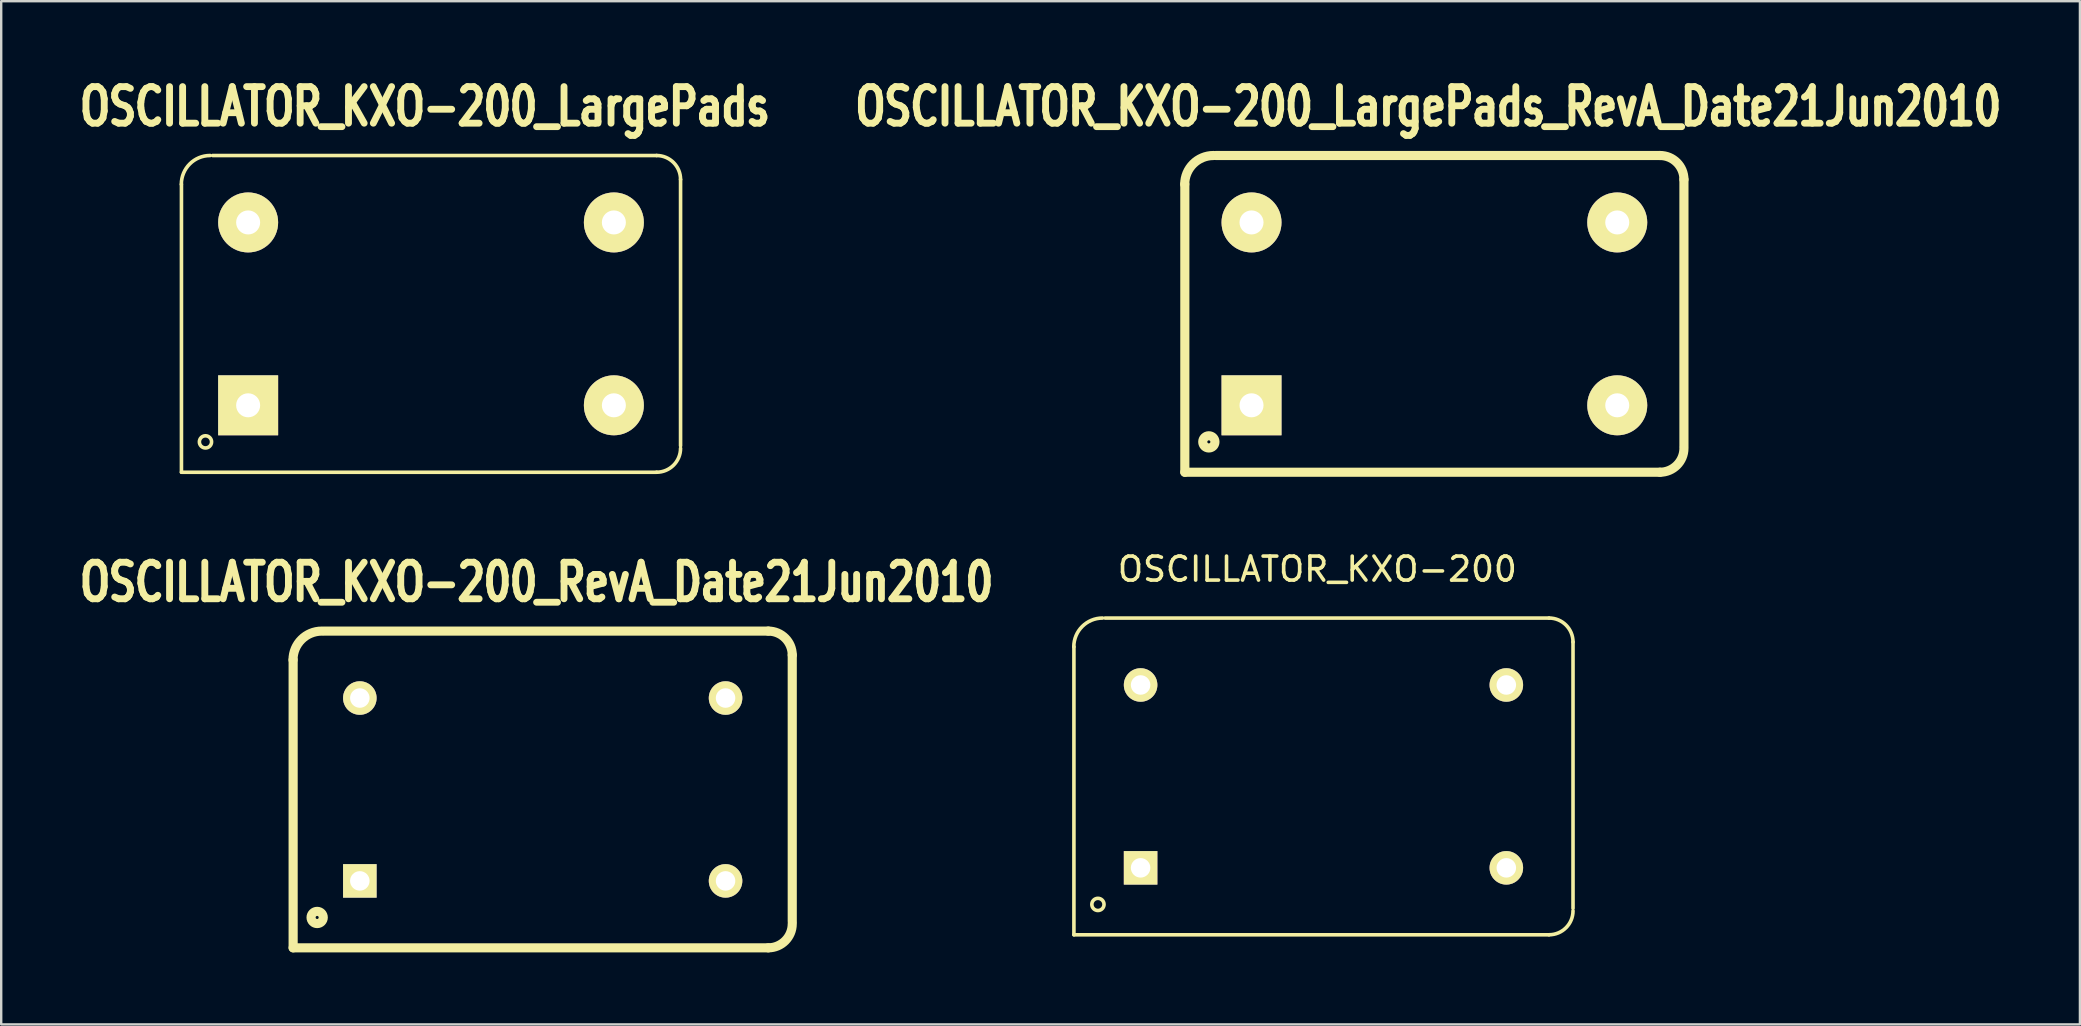
<source format=kicad_pcb>
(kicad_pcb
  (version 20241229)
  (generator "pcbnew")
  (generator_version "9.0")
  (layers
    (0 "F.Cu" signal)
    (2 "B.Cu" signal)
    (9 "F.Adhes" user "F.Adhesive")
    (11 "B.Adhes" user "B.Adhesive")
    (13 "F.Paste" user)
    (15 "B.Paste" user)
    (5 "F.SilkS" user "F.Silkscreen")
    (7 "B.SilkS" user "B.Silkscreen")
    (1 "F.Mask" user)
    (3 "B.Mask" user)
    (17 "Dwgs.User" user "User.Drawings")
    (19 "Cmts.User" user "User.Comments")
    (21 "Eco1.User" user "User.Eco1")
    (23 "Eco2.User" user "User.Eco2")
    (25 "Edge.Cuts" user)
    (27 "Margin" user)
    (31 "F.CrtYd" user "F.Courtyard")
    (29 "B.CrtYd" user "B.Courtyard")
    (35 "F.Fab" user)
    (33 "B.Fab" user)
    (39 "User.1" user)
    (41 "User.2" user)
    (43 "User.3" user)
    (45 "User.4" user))
  (footprint "OSCILLATOR_KXO-200"
    (layer "F.Cu")
    (at 52.099 29.303)
    (property "Reference" "OSCILLATOR_KXO-200" (at -0.254 -8.636 0) (layer "F.SilkS") (effects (font (size 1 1) (thickness 0.15))))
    (attr through_hole)
    (fp_line (start -10.399 -5.4) (end -10.399 6.599) (stroke (width 0.15) (type solid)) (layer "F.SilkS"))
    (fp_line (start -9.101 -6.599) (end 9.401 -6.599) (stroke (width 0.15) (type solid)) (layer "F.SilkS"))
    (fp_line (start 9.401 6.599) (end -10.399 6.599) (stroke (width 0.15) (type solid)) (layer "F.SilkS"))
    (fp_line (start 10.399 -5.601) (end 10.399 5.499) (stroke (width 0.15) (type solid)) (layer "F.SilkS"))
    (fp_arc (start -10.40384 -5.40004) (mid -10.052696 -6.247776) (end -9.20496 -6.59892) (stroke (width 0.15) (type solid)) (layer "F.SilkS"))
    (fp_arc (start 9.40054 -6.59892) (mid 10.106388 -6.306548) (end 10.39876 -5.6007) (stroke (width 0.15) (type solid)) (layer "F.SilkS"))
    (fp_arc (start 10.39876 5.6007) (mid 10.106388 6.306548) (end 9.40054 6.59892) (stroke (width 0.15) (type solid)) (layer "F.SilkS"))
    (fp_circle (center -9.398 5.334) (end -9.398 5.588) (stroke (width 0.15) (type solid)) (fill no) (layer "F.SilkS"))
    (pad "1" thru_hole rect (at -7.62 3.81) (size 1.397 1.397) (drill 0.813) (layers "*.Cu" "*.Mask" "F.SilkS"))
    (pad "7" thru_hole circle (at 7.62 3.81) (size 1.397 1.397) (drill 0.813) (layers "*.Cu" "*.Mask" "F.SilkS"))
    (pad "8" thru_hole circle (at 7.62 -3.81) (size 1.397 1.397) (drill 0.813) (layers "*.Cu" "*.Mask" "F.SilkS"))
    (pad "14" thru_hole circle (at -7.62 -3.81) (size 1.397 1.397) (drill 0.813) (layers "*.Cu" "*.Mask" "F.SilkS")))
  (footprint "OSCILLATOR_KXO-200_LargePads"
    (layer "F.Cu")
    (at 14.91 10.029)
    (property "Reference" "OSCILLATOR_KXO-200_LargePads" (at -0.254 -8.636 0) (layer "F.SilkS") (effects (font (size 1.524 1.143) (thickness 0.287))))
    (attr through_hole)
    (fp_line (start -10.399 -5.4) (end -10.399 6.599) (stroke (width 0.15) (type solid)) (layer "F.SilkS"))
    (fp_line (start -9.101 -6.599) (end 9.401 -6.599) (stroke (width 0.15) (type solid)) (layer "F.SilkS"))
    (fp_line (start 9.401 6.599) (end -10.399 6.599) (stroke (width 0.15) (type solid)) (layer "F.SilkS"))
    (fp_line (start 10.399 -5.601) (end 10.399 5.499) (stroke (width 0.15) (type solid)) (layer "F.SilkS"))
    (fp_arc (start -10.40384 -5.40004) (mid -10.052696 -6.247776) (end -9.20496 -6.59892) (stroke (width 0.15) (type solid)) (layer "F.SilkS"))
    (fp_arc (start 9.40054 -6.59892) (mid 10.106388 -6.306548) (end 10.39876 -5.6007) (stroke (width 0.15) (type solid)) (layer "F.SilkS"))
    (fp_arc (start 10.39876 5.6007) (mid 10.106388 6.306548) (end 9.40054 6.59892) (stroke (width 0.15) (type solid)) (layer "F.SilkS"))
    (fp_circle (center -9.398 5.334) (end -9.398 5.588) (stroke (width 0.15) (type solid)) (fill no) (layer "F.SilkS"))
    (pad "1" thru_hole rect (at -7.62 3.81) (size 2.499 2.499) (drill 1.001) (layers "*.Cu" "*.Mask" "F.SilkS"))
    (pad "7" thru_hole circle (at 7.62 3.81) (size 2.499 2.499) (drill 1.001) (layers "*.Cu" "*.Mask" "F.SilkS"))
    (pad "8" thru_hole circle (at 7.62 -3.81) (size 2.499 2.499) (drill 1.001) (layers "*.Cu" "*.Mask" "F.SilkS"))
    (pad "14" thru_hole circle (at -7.62 -3.81) (size 2.499 2.499) (drill 1.001) (layers "*.Cu" "*.Mask" "F.SilkS")))
  (footprint "OSCILLATOR_KXO-200_RevA_Date21Jun2010"
    (layer "F.Cu")
    (at 19.564 29.847)
    (property "Reference" "OSCILLATOR_KXO-200_RevA_Date21Jun2010" (at -0.254 -8.636 0) (layer "F.SilkS") (effects (font (size 1.524 1.143) (thickness 0.287))))
    (attr through_hole)
    (fp_line (start -10.399 -5.4) (end -10.399 6.599) (stroke (width 0.381) (type solid)) (layer "F.SilkS"))
    (fp_line (start -9.101 -6.599) (end 9.401 -6.599) (stroke (width 0.381) (type solid)) (layer "F.SilkS"))
    (fp_line (start 9.401 6.599) (end -10.399 6.599) (stroke (width 0.381) (type solid)) (layer "F.SilkS"))
    (fp_line (start 10.399 -5.601) (end 10.399 5.499) (stroke (width 0.381) (type solid)) (layer "F.SilkS"))
    (fp_arc (start -10.40384 -5.40004) (mid -10.052696 -6.247776) (end -9.20496 -6.59892) (stroke (width 0.381) (type solid)) (layer "F.SilkS"))
    (fp_arc (start 9.40054 -6.59892) (mid 10.106388 -6.306548) (end 10.39876 -5.6007) (stroke (width 0.381) (type solid)) (layer "F.SilkS"))
    (fp_arc (start 10.39876 5.6007) (mid 10.106388 6.306548) (end 9.40054 6.59892) (stroke (width 0.381) (type solid)) (layer "F.SilkS"))
    (fp_circle (center -9.398 5.334) (end -9.398 5.588) (stroke (width 0.381) (type solid)) (fill no) (layer "F.SilkS"))
    (pad "1" thru_hole rect (at -7.62 3.81) (size 1.397 1.397) (drill 0.813) (layers "*.Cu" "*.Mask" "F.SilkS"))
    (pad "7" thru_hole circle (at 7.62 3.81) (size 1.397 1.397) (drill 0.813) (layers "*.Cu" "*.Mask" "F.SilkS"))
    (pad "8" thru_hole circle (at 7.62 -3.81) (size 1.397 1.397) (drill 0.813) (layers "*.Cu" "*.Mask" "F.SilkS"))
    (pad "14" thru_hole circle (at -7.62 -3.81) (size 1.397 1.397) (drill 0.813) (layers "*.Cu" "*.Mask" "F.SilkS")))
  (footprint "OSCILLATOR_KXO-200_LargePads_RevA_Date21Jun2010"
    (layer "F.Cu")
    (at 56.721 10.029)
    (property "Reference" "OSCILLATOR_KXO-200_LargePads_RevA_Date21Jun2010" (at -0.254 -8.636 0) (layer "F.SilkS") (effects (font (size 1.524 1.143) (thickness 0.287))))
    (attr through_hole)
    (fp_line (start -10.399 -5.4) (end -10.399 6.599) (stroke (width 0.381) (type solid)) (layer "F.SilkS"))
    (fp_line (start -9.101 -6.599) (end 9.401 -6.599) (stroke (width 0.381) (type solid)) (layer "F.SilkS"))
    (fp_line (start 9.401 6.599) (end -10.399 6.599) (stroke (width 0.381) (type solid)) (layer "F.SilkS"))
    (fp_line (start 10.399 -5.601) (end 10.399 5.499) (stroke (width 0.381) (type solid)) (layer "F.SilkS"))
    (fp_arc (start -10.40384 -5.40004) (mid -10.052696 -6.247776) (end -9.20496 -6.59892) (stroke (width 0.381) (type solid)) (layer "F.SilkS"))
    (fp_arc (start 9.40054 -6.59892) (mid 10.106388 -6.306548) (end 10.39876 -5.6007) (stroke (width 0.381) (type solid)) (layer "F.SilkS"))
    (fp_arc (start 10.39876 5.6007) (mid 10.106388 6.306548) (end 9.40054 6.59892) (stroke (width 0.381) (type solid)) (layer "F.SilkS"))
    (fp_circle (center -9.398 5.334) (end -9.398 5.588) (stroke (width 0.381) (type solid)) (fill no) (layer "F.SilkS"))
    (pad "1" thru_hole rect (at -7.62 3.81) (size 2.499 2.499) (drill 1.001) (layers "*.Cu" "*.Mask" "F.SilkS"))
    (pad "7" thru_hole circle (at 7.62 3.81) (size 2.499 2.499) (drill 1.001) (layers "*.Cu" "*.Mask" "F.SilkS"))
    (pad "8" thru_hole circle (at 7.62 -3.81) (size 2.499 2.499) (drill 1.001) (layers "*.Cu" "*.Mask" "F.SilkS"))
    (pad "14" thru_hole circle (at -7.62 -3.81) (size 2.499 2.499) (drill 1.001) (layers "*.Cu" "*.Mask" "F.SilkS")))
  (gr_rect
    (start -3 -3)
    (end 83.621 39.637)
    (stroke (width 0.1) (type default))
    (fill no)
    (layer "Edge.Cuts")))
</source>
